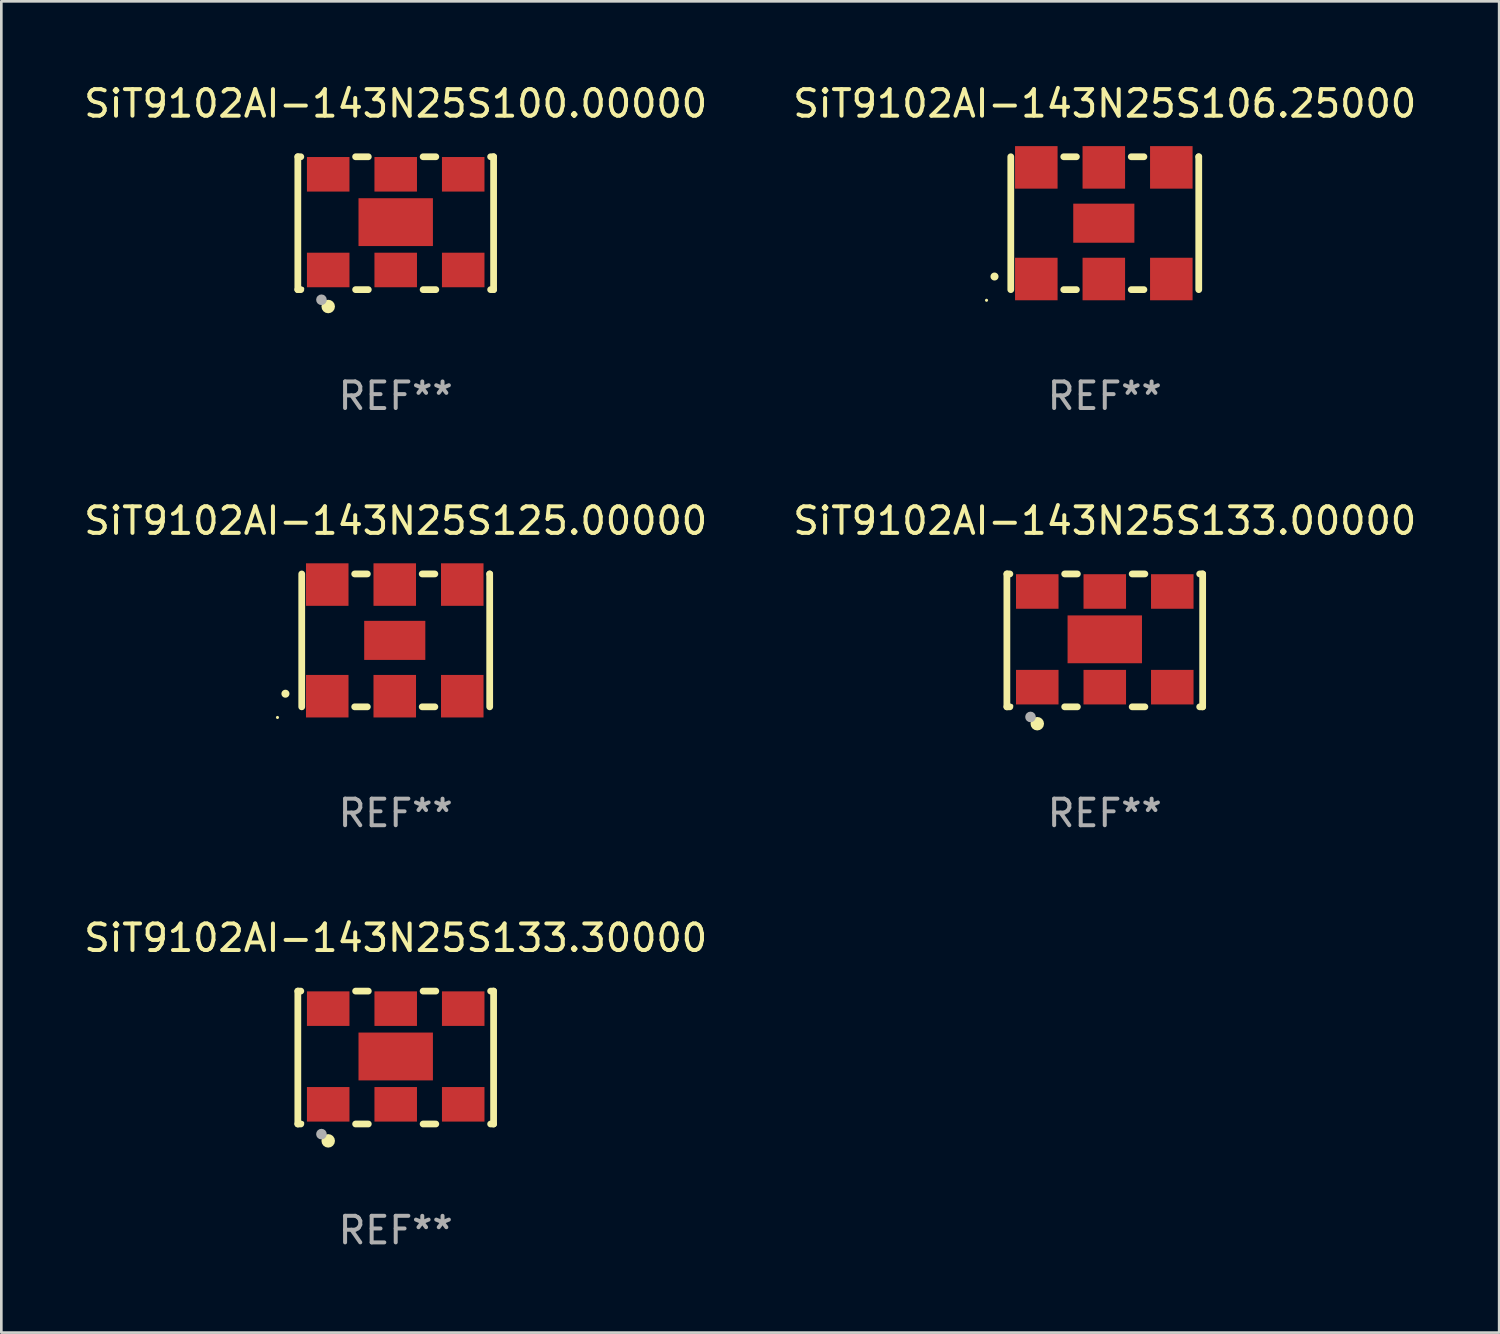
<source format=kicad_pcb>
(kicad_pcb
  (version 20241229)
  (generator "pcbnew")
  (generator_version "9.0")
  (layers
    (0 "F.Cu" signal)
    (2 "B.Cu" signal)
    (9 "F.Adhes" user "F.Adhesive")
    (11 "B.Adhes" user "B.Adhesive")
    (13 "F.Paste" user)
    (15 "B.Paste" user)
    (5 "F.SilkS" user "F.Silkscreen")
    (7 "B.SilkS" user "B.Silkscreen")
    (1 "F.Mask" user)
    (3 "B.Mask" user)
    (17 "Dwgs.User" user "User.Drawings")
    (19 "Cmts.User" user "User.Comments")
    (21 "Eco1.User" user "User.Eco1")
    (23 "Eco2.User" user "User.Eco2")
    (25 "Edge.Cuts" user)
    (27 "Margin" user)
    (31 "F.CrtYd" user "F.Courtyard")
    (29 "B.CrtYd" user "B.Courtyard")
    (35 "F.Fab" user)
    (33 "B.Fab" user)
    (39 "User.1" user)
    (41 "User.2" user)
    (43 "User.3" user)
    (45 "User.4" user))
  (footprint "SiT9102AI-143N25S133.00000"
    (layer "F.Cu")
    (at 38.518 21.045)
    (property "Reference" "SiT9102AI-143N25S133.00000" (at 0 -4.5 0) (layer "F.SilkS") (effects (font (size 1 1) (thickness 0.15))))
    (attr through_hole)
    (fp_line (start -3.683 -2.5) (end -3.571 -2.5) (stroke (width 0.254) (type solid)) (layer "F.SilkS"))
    (fp_line (start -3.683 2.5) (end -3.683 -2.5) (stroke (width 0.254) (type solid)) (layer "F.SilkS"))
    (fp_line (start -3.683 2.5) (end -3.571 2.5) (stroke (width 0.254) (type solid)) (layer "F.SilkS"))
    (fp_line (start -1.509 -2.5) (end -1.031 -2.5) (stroke (width 0.254) (type solid)) (layer "F.SilkS"))
    (fp_line (start -1.509 2.5) (end -1.031 2.5) (stroke (width 0.254) (type solid)) (layer "F.SilkS"))
    (fp_line (start 1.031 -2.5) (end 1.509 -2.5) (stroke (width 0.254) (type solid)) (layer "F.SilkS"))
    (fp_line (start 1.031 2.5) (end 1.509 2.5) (stroke (width 0.254) (type solid)) (layer "F.SilkS"))
    (fp_line (start 3.571 -2.5) (end 3.683 -2.5) (stroke (width 0.254) (type solid)) (layer "F.SilkS"))
    (fp_line (start 3.571 2.5) (end 3.683 2.5) (stroke (width 0.254) (type solid)) (layer "F.SilkS"))
    (fp_line (start 3.683 2.5) (end 3.683 -2.5) (stroke (width 0.254) (type solid)) (layer "F.SilkS"))
    (fp_circle (center -3.5 2.46) (end -3.47 2.46) (stroke (width 0.06) (type solid)) (fill no) (layer "F.SilkS"))
    (fp_circle (center -2.54 3.135) (end -2.413 3.135) (stroke (width 0.254) (type solid)) (fill no) (layer "F.SilkS"))
    (fp_circle (center -2.794 2.881) (end -2.694 2.881) (stroke (width 0.2) (type solid)) (fill no) (layer "F.Fab"))
    (fp_text user "REF**" (at 0 6.5 0) (layer "F.Fab") (effects (font (size 1 1) (thickness 0.15))))
    (pad "1" smd rect (at -2.54 1.76) (size 1.6 1.3) (layers "F.Cu" "F.Mask" "F.Paste"))
    (pad "2" smd rect (at 0 1.76) (size 1.6 1.3) (layers "F.Cu" "F.Mask" "F.Paste"))
    (pad "3" smd rect (at 2.54 1.76) (size 1.6 1.3) (layers "F.Cu" "F.Mask" "F.Paste"))
    (pad "4" smd rect (at 2.54 -1.84) (size 1.6 1.3) (layers "F.Cu" "F.Mask" "F.Paste"))
    (pad "5" smd rect (at 0 -1.84) (size 1.6 1.3) (layers "F.Cu" "F.Mask" "F.Paste"))
    (pad "6" smd rect (at -2.54 -1.84) (size 1.6 1.3) (layers "F.Cu" "F.Mask" "F.Paste"))
    (pad "7" smd rect (at 0 -0.04) (size 2.8 1.8) (layers "F.Cu" "F.Mask" "F.Paste")))
  (footprint "SiT9102AI-143N25S125.00000"
    (layer "F.Cu")
    (at 11.839 21.045)
    (property "Reference" "SiT9102AI-143N25S125.00000" (at 0 -4.5 0) (layer "F.SilkS") (effects (font (size 1 1) (thickness 0.15))))
    (attr through_hole)
    (fp_line (start -3.536 -2.5) (end -3.536 2.5) (stroke (width 0.254) (type solid)) (layer "F.SilkS"))
    (fp_line (start -1.544 2.5) (end -1.067 2.5) (stroke (width 0.254) (type solid)) (layer "F.SilkS"))
    (fp_line (start -1.067 -2.5) (end -1.544 -2.5) (stroke (width 0.254) (type solid)) (layer "F.SilkS"))
    (fp_line (start 0.996 2.5) (end 1.473 2.5) (stroke (width 0.254) (type solid)) (layer "F.SilkS"))
    (fp_line (start 1.473 -2.5) (end 0.996 -2.5) (stroke (width 0.254) (type solid)) (layer "F.SilkS"))
    (fp_line (start 3.536 -2.5) (end 3.536 -2.5) (stroke (width 0.254) (type solid)) (layer "F.SilkS"))
    (fp_line (start 3.536 2.5) (end 3.536 -2.5) (stroke (width 0.254) (type solid)) (layer "F.SilkS"))
    (fp_arc (start -4.150432 2.006604) (mid -4.149162 2.006599) (end -4.147892 2.006604) (stroke (width 0.3) (type solid)) (layer "F.SilkS"))
    (fp_circle (center -4.449 2.9) (end -4.419 2.9) (stroke (width 0.06) (type solid)) (fill no) (layer "F.SilkS"))
    (fp_text user "REF**" (at 0 6.5 0) (layer "F.Fab") (effects (font (size 1 1) (thickness 0.15))))
    (pad "1" smd rect (at -2.576 2.1) (size 1.6 1.6) (layers "F.Cu" "F.Mask" "F.Paste"))
    (pad "2" smd rect (at -0.036 2.1) (size 1.6 1.6) (layers "F.Cu" "F.Mask" "F.Paste"))
    (pad "3" smd rect (at 2.504 2.1) (size 1.6 1.6) (layers "F.Cu" "F.Mask" "F.Paste"))
    (pad "4" smd rect (at 2.504 -2.1) (size 1.6 1.6) (layers "F.Cu" "F.Mask" "F.Paste"))
    (pad "5" smd rect (at -0.036 -2.1) (size 1.6 1.6) (layers "F.Cu" "F.Mask" "F.Paste"))
    (pad "6" smd rect (at -2.576 -2.1) (size 1.6 1.6) (layers "F.Cu" "F.Mask" "F.Paste"))
    (pad "7" smd rect (at -0.036 0) (size 2.3 1.47) (layers "F.Cu" "F.Mask" "F.Paste")))
  (footprint "SiT9102AI-143N25S100.00000"
    (layer "F.Cu")
    (at 11.839 5.348)
    (property "Reference" "SiT9102AI-143N25S100.00000" (at 0 -4.5 0) (layer "F.SilkS") (effects (font (size 1 1) (thickness 0.15))))
    (attr through_hole)
    (fp_line (start -3.683 -2.5) (end -3.571 -2.5) (stroke (width 0.254) (type solid)) (layer "F.SilkS"))
    (fp_line (start -3.683 2.5) (end -3.683 -2.5) (stroke (width 0.254) (type solid)) (layer "F.SilkS"))
    (fp_line (start -3.683 2.5) (end -3.571 2.5) (stroke (width 0.254) (type solid)) (layer "F.SilkS"))
    (fp_line (start -1.509 -2.5) (end -1.031 -2.5) (stroke (width 0.254) (type solid)) (layer "F.SilkS"))
    (fp_line (start -1.509 2.5) (end -1.031 2.5) (stroke (width 0.254) (type solid)) (layer "F.SilkS"))
    (fp_line (start 1.031 -2.5) (end 1.509 -2.5) (stroke (width 0.254) (type solid)) (layer "F.SilkS"))
    (fp_line (start 1.031 2.5) (end 1.509 2.5) (stroke (width 0.254) (type solid)) (layer "F.SilkS"))
    (fp_line (start 3.571 -2.5) (end 3.683 -2.5) (stroke (width 0.254) (type solid)) (layer "F.SilkS"))
    (fp_line (start 3.571 2.5) (end 3.683 2.5) (stroke (width 0.254) (type solid)) (layer "F.SilkS"))
    (fp_line (start 3.683 2.5) (end 3.683 -2.5) (stroke (width 0.254) (type solid)) (layer "F.SilkS"))
    (fp_circle (center -3.5 2.46) (end -3.47 2.46) (stroke (width 0.06) (type solid)) (fill no) (layer "F.SilkS"))
    (fp_circle (center -2.54 3.135) (end -2.413 3.135) (stroke (width 0.254) (type solid)) (fill no) (layer "F.SilkS"))
    (fp_circle (center -2.794 2.881) (end -2.694 2.881) (stroke (width 0.2) (type solid)) (fill no) (layer "F.Fab"))
    (fp_text user "REF**" (at 0 6.5 0) (layer "F.Fab") (effects (font (size 1 1) (thickness 0.15))))
    (pad "1" smd rect (at -2.54 1.76) (size 1.6 1.3) (layers "F.Cu" "F.Mask" "F.Paste"))
    (pad "2" smd rect (at 0 1.76) (size 1.6 1.3) (layers "F.Cu" "F.Mask" "F.Paste"))
    (pad "3" smd rect (at 2.54 1.76) (size 1.6 1.3) (layers "F.Cu" "F.Mask" "F.Paste"))
    (pad "4" smd rect (at 2.54 -1.84) (size 1.6 1.3) (layers "F.Cu" "F.Mask" "F.Paste"))
    (pad "5" smd rect (at 0 -1.84) (size 1.6 1.3) (layers "F.Cu" "F.Mask" "F.Paste"))
    (pad "6" smd rect (at -2.54 -1.84) (size 1.6 1.3) (layers "F.Cu" "F.Mask" "F.Paste"))
    (pad "7" smd rect (at 0 -0.04) (size 2.8 1.8) (layers "F.Cu" "F.Mask" "F.Paste")))
  (footprint "SiT9102AI-143N25S133.30000"
    (layer "F.Cu")
    (at 11.839 36.741)
    (property "Reference" "SiT9102AI-143N25S133.30000" (at 0 -4.5 0) (layer "F.SilkS") (effects (font (size 1 1) (thickness 0.15))))
    (attr through_hole)
    (fp_line (start -3.683 -2.5) (end -3.571 -2.5) (stroke (width 0.254) (type solid)) (layer "F.SilkS"))
    (fp_line (start -3.683 2.5) (end -3.683 -2.5) (stroke (width 0.254) (type solid)) (layer "F.SilkS"))
    (fp_line (start -3.683 2.5) (end -3.571 2.5) (stroke (width 0.254) (type solid)) (layer "F.SilkS"))
    (fp_line (start -1.509 -2.5) (end -1.031 -2.5) (stroke (width 0.254) (type solid)) (layer "F.SilkS"))
    (fp_line (start -1.509 2.5) (end -1.031 2.5) (stroke (width 0.254) (type solid)) (layer "F.SilkS"))
    (fp_line (start 1.031 -2.5) (end 1.509 -2.5) (stroke (width 0.254) (type solid)) (layer "F.SilkS"))
    (fp_line (start 1.031 2.5) (end 1.509 2.5) (stroke (width 0.254) (type solid)) (layer "F.SilkS"))
    (fp_line (start 3.571 -2.5) (end 3.683 -2.5) (stroke (width 0.254) (type solid)) (layer "F.SilkS"))
    (fp_line (start 3.571 2.5) (end 3.683 2.5) (stroke (width 0.254) (type solid)) (layer "F.SilkS"))
    (fp_line (start 3.683 2.5) (end 3.683 -2.5) (stroke (width 0.254) (type solid)) (layer "F.SilkS"))
    (fp_circle (center -3.5 2.46) (end -3.47 2.46) (stroke (width 0.06) (type solid)) (fill no) (layer "F.SilkS"))
    (fp_circle (center -2.54 3.135) (end -2.413 3.135) (stroke (width 0.254) (type solid)) (fill no) (layer "F.SilkS"))
    (fp_circle (center -2.794 2.881) (end -2.694 2.881) (stroke (width 0.2) (type solid)) (fill no) (layer "F.Fab"))
    (fp_text user "REF**" (at 0 6.5 0) (layer "F.Fab") (effects (font (size 1 1) (thickness 0.15))))
    (pad "1" smd rect (at -2.54 1.76) (size 1.6 1.3) (layers "F.Cu" "F.Mask" "F.Paste"))
    (pad "2" smd rect (at 0 1.76) (size 1.6 1.3) (layers "F.Cu" "F.Mask" "F.Paste"))
    (pad "3" smd rect (at 2.54 1.76) (size 1.6 1.3) (layers "F.Cu" "F.Mask" "F.Paste"))
    (pad "4" smd rect (at 2.54 -1.84) (size 1.6 1.3) (layers "F.Cu" "F.Mask" "F.Paste"))
    (pad "5" smd rect (at 0 -1.84) (size 1.6 1.3) (layers "F.Cu" "F.Mask" "F.Paste"))
    (pad "6" smd rect (at -2.54 -1.84) (size 1.6 1.3) (layers "F.Cu" "F.Mask" "F.Paste"))
    (pad "7" smd rect (at 0 -0.04) (size 2.8 1.8) (layers "F.Cu" "F.Mask" "F.Paste")))
  (footprint "SiT9102AI-143N25S106.25000"
    (layer "F.Cu")
    (at 38.518 5.348)
    (property "Reference" "SiT9102AI-143N25S106.25000" (at 0 -4.5 0) (layer "F.SilkS") (effects (font (size 1 1) (thickness 0.15))))
    (attr through_hole)
    (fp_line (start -3.536 -2.5) (end -3.536 2.5) (stroke (width 0.254) (type solid)) (layer "F.SilkS"))
    (fp_line (start -1.544 2.5) (end -1.067 2.5) (stroke (width 0.254) (type solid)) (layer "F.SilkS"))
    (fp_line (start -1.067 -2.5) (end -1.544 -2.5) (stroke (width 0.254) (type solid)) (layer "F.SilkS"))
    (fp_line (start 0.996 2.5) (end 1.473 2.5) (stroke (width 0.254) (type solid)) (layer "F.SilkS"))
    (fp_line (start 1.473 -2.5) (end 0.996 -2.5) (stroke (width 0.254) (type solid)) (layer "F.SilkS"))
    (fp_line (start 3.536 -2.5) (end 3.536 -2.5) (stroke (width 0.254) (type solid)) (layer "F.SilkS"))
    (fp_line (start 3.536 2.5) (end 3.536 -2.5) (stroke (width 0.254) (type solid)) (layer "F.SilkS"))
    (fp_arc (start -4.150432 2.006604) (mid -4.149162 2.006599) (end -4.147892 2.006604) (stroke (width 0.3) (type solid)) (layer "F.SilkS"))
    (fp_circle (center -4.449 2.9) (end -4.419 2.9) (stroke (width 0.06) (type solid)) (fill no) (layer "F.SilkS"))
    (fp_text user "REF**" (at 0 6.5 0) (layer "F.Fab") (effects (font (size 1 1) (thickness 0.15))))
    (pad "1" smd rect (at -2.576 2.1) (size 1.6 1.6) (layers "F.Cu" "F.Mask" "F.Paste"))
    (pad "2" smd rect (at -0.036 2.1) (size 1.6 1.6) (layers "F.Cu" "F.Mask" "F.Paste"))
    (pad "3" smd rect (at 2.504 2.1) (size 1.6 1.6) (layers "F.Cu" "F.Mask" "F.Paste"))
    (pad "4" smd rect (at 2.504 -2.1) (size 1.6 1.6) (layers "F.Cu" "F.Mask" "F.Paste"))
    (pad "5" smd rect (at -0.036 -2.1) (size 1.6 1.6) (layers "F.Cu" "F.Mask" "F.Paste"))
    (pad "6" smd rect (at -2.576 -2.1) (size 1.6 1.6) (layers "F.Cu" "F.Mask" "F.Paste"))
    (pad "7" smd rect (at -0.036 0) (size 2.3 1.47) (layers "F.Cu" "F.Mask" "F.Paste")))
  (gr_rect
    (start -3 -3)
    (end 53.357 47.09)
    (stroke (width 0.1) (type default))
    (fill no)
    (layer "Edge.Cuts")))
</source>
